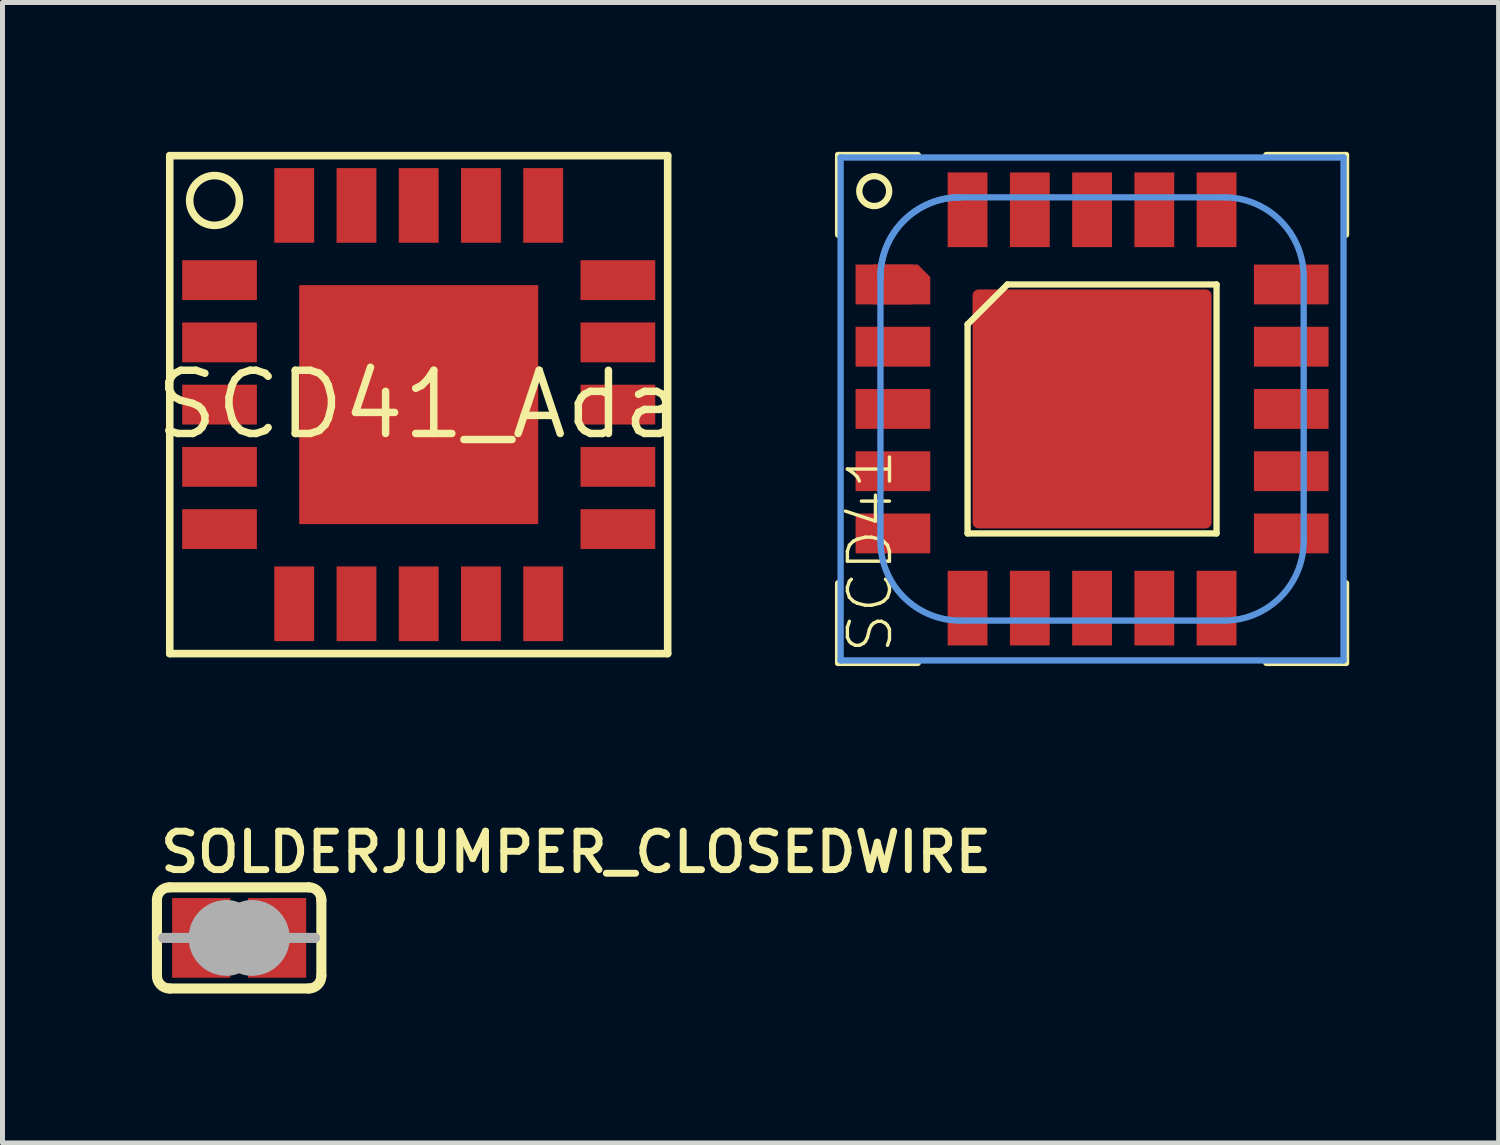
<source format=kicad_pcb>
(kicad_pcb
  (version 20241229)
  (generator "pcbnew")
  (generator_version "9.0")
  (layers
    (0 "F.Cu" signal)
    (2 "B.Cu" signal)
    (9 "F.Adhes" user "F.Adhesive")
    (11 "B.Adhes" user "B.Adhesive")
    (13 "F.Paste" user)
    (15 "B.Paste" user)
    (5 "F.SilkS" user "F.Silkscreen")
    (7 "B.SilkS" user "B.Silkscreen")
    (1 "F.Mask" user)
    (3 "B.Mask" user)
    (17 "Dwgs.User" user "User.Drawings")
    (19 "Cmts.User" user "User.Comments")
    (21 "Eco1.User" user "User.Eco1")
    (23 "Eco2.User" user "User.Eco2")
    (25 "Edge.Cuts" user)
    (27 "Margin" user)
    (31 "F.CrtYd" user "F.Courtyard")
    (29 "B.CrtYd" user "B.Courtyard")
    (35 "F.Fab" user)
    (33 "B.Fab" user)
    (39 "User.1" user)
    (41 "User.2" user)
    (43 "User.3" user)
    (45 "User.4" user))
  (footprint "SOLDERJUMPER_CLOSEDWIRE"
    (layer "F.Cu")
    (at 1.753 15.786)
    (property "Reference" "SOLDERJUMPER_CLOSEDWIRE" (at -1.651 -1.27 0) (layer "F.SilkS") (effects (font (size 0.772 0.772) (thickness 0.139)) (justify left bottom)))
    (attr through_hole)
    (fp_poly (pts (xy -1.27 -0.762) (xy 1.27 -0.762) (xy 1.27 0.762) (xy -1.27 0.762)) (stroke (width 0) (type solid)) (fill yes) (layer "F.Mask"))
    (fp_line (start -1.651 0.762) (end -1.651 -0.762) (stroke (width 0.203) (type solid)) (layer "F.SilkS"))
    (fp_line (start -1.397 -1.016) (end 1.397 -1.016) (stroke (width 0.203) (type solid)) (layer "F.SilkS"))
    (fp_line (start 1.397 1.016) (end -1.397 1.016) (stroke (width 0.203) (type solid)) (layer "F.SilkS"))
    (fp_line (start 1.651 0.762) (end 1.651 -0.762) (stroke (width 0.203) (type solid)) (layer "F.SilkS"))
    (fp_arc (start -1.651 -0.762) (mid -1.576605 -0.941605) (end -1.397 -1.016) (stroke (width 0.2032) (type solid)) (layer "F.SilkS"))
    (fp_arc (start -1.397 1.016) (mid -1.576605 0.941605) (end -1.651 0.762) (stroke (width 0.2032) (type solid)) (layer "F.SilkS"))
    (fp_arc (start 1.397 -1.016) (mid 1.576605 -0.941605) (end 1.651 -0.762) (stroke (width 0.2032) (type solid)) (layer "F.SilkS"))
    (fp_arc (start 1.651 0.762) (mid 1.576605 0.941605) (end 1.397 1.016) (stroke (width 0.2032) (type solid)) (layer "F.SilkS"))
    (fp_line (start -1.016 0) (end -1.524 0) (stroke (width 0.203) (type solid)) (layer "F.Fab"))
    (fp_line (start 1.016 0) (end 1.524 0) (stroke (width 0.203) (type solid)) (layer "F.Fab"))
    (fp_arc (start -0.254 0.127) (mid -0.381 0) (end -0.254 -0.127) (stroke (width 1.27) (type solid)) (layer "F.Fab"))
    (fp_arc (start 0.254 -0.127) (mid 0.381 0) (end 0.254 0.127) (stroke (width 1.27) (type solid)) (layer "F.Fab"))
    (pad "1" smd rect (at -0.762 0) (size 1.168 1.6) (layers "F.Cu" "F.Mask"))
    (pad "2" smd rect (at 0.762 0) (size 1.168 1.6) (layers "F.Cu" "F.Mask"))
    (pad "WIRE" smd rect (at 0 0 180) (size 0.635 0.203) (layers "F.Cu" "F.Mask")))
  (footprint "SCD41"
    (layer "F.Cu")
    (at 18.882 5.163)
    (property "Reference" "SCD41" (at -3.962 4.953 270) (layer "F.SilkS") (effects (font (size 0.845 0.845) (thickness 0.068)) (justify left bottom)))
    (attr through_hole)
    (fp_poly (pts (xy -4.75 -2.1) (xy -3.25 -2.1) (xy -3.25 -2.65) (xy -3.5 -2.9) (xy -4.75 -2.9)) (stroke (width 0) (type solid)) (fill yes) (layer "F.Cu"))
    (fp_poly (pts (xy -3.45 -3) (xy -3.15 -2.7) (xy -3.15 -2) (xy -4.85 -2) (xy -4.85 -3)) (stroke (width 0) (type solid)) (fill yes) (layer "F.Mask"))
    (fp_line (start -5.1 -5.1) (end -5.1 -3.5) (stroke (width 0.127) (type solid)) (layer "F.SilkS"))
    (fp_line (start -5.1 -5.1) (end -3.5 -5.1) (stroke (width 0.127) (type solid)) (layer "F.SilkS"))
    (fp_line (start -5.1 5.1) (end -5.1 3.5) (stroke (width 0.127) (type solid)) (layer "F.SilkS"))
    (fp_line (start -5.1 5.1) (end -3.5 5.1) (stroke (width 0.127) (type solid)) (layer "F.SilkS"))
    (fp_line (start -2.5 -1.7) (end -1.7 -2.5) (stroke (width 0.127) (type solid)) (layer "F.SilkS"))
    (fp_line (start -2.5 2.5) (end -2.5 -1.7) (stroke (width 0.127) (type solid)) (layer "F.SilkS"))
    (fp_line (start 2.5 -2.5) (end -1.7 -2.5) (stroke (width 0.127) (type solid)) (layer "F.SilkS"))
    (fp_line (start 2.5 -2.5) (end 2.5 2.5) (stroke (width 0.127) (type solid)) (layer "F.SilkS"))
    (fp_line (start 2.5 2.5) (end -2.5 2.5) (stroke (width 0.127) (type solid)) (layer "F.SilkS"))
    (fp_line (start 5.1 -5.1) (end 3.5 -5.1) (stroke (width 0.127) (type solid)) (layer "F.SilkS"))
    (fp_line (start 5.1 -5.1) (end 5.1 -3.5) (stroke (width 0.127) (type solid)) (layer "F.SilkS"))
    (fp_line (start 5.1 5.1) (end 3.5 5.1) (stroke (width 0.127) (type solid)) (layer "F.SilkS"))
    (fp_line (start 5.1 5.1) (end 5.1 3.5) (stroke (width 0.127) (type solid)) (layer "F.SilkS"))
    (fp_circle (center -4.375 -4.375) (end -4.075 -4.375) (stroke (width 0.127) (type solid)) (fill no) (layer "F.SilkS"))
    (fp_poly (pts (xy -4.75 -2.9) (xy -4.75 -2.1) (xy -3.25 -2.1) (xy -3.25 -2.65) (xy -3.5 -2.9)) (stroke (width 0) (type solid)) (fill yes) (layer "F.Paste"))
    (fp_line (start -5.05 5.05) (end -5.05 -5.05) (stroke (width 0.127) (type solid)) (layer "Cmts.User"))
    (fp_line (start -5.05 5.05) (end 5.05 5.05) (stroke (width 0.127) (type solid)) (layer "Cmts.User"))
    (fp_line (start -4.25 2.65) (end -4.25 -2.65) (stroke (width 0.127) (type solid)) (layer "Cmts.User"))
    (fp_line (start 2.65 -4.25) (end -2.65 -4.25) (stroke (width 0.127) (type solid)) (layer "Cmts.User"))
    (fp_line (start 2.65 4.25) (end -2.65 4.25) (stroke (width 0.127) (type solid)) (layer "Cmts.User"))
    (fp_line (start 4.25 2.65) (end 4.25 -2.65) (stroke (width 0.127) (type solid)) (layer "Cmts.User"))
    (fp_line (start 5.05 -5.05) (end -5.05 -5.05) (stroke (width 0.127) (type solid)) (layer "Cmts.User"))
    (fp_line (start 5.05 5.05) (end 5.05 -5.05) (stroke (width 0.127) (type solid)) (layer "Cmts.User"))
    (fp_arc (start -4.25 -2.65) (mid -3.781371 -3.781371) (end -2.65 -4.25) (stroke (width 0.127) (type solid)) (layer "Cmts.User"))
    (fp_arc (start -4.25 -2.65) (mid -3.781371 -3.781371) (end -2.65 -4.25) (stroke (width 0.127) (type solid)) (layer "Cmts.User"))
    (fp_arc (start -2.65 4.25) (mid -3.781371 3.781371) (end -4.25 2.65) (stroke (width 0.127) (type solid)) (layer "Cmts.User"))
    (fp_arc (start 2.65 -4.25) (mid 3.781371 -3.781371) (end 4.25 -2.65) (stroke (width 0.127) (type solid)) (layer "Cmts.User"))
    (fp_arc (start 4.25 2.65) (mid 3.781371 3.781371) (end 2.65 4.25) (stroke (width 0.127) (type solid)) (layer "Cmts.User"))
    (pad "1" smd rect (at -4 -2.5 90) (size 0.8 0.8) (layers "F.Cu" "F.Mask" "F.Paste"))
    (pad "2" smd rect (at -4 -1.25 90) (size 0.8 1.5) (layers "F.Cu" "F.Mask" "F.Paste"))
    (pad "3" smd rect (at -4 0 90) (size 0.8 1.5) (layers "F.Cu" "F.Mask" "F.Paste"))
    (pad "4" smd rect (at -4 1.25 90) (size 0.8 1.5) (layers "F.Cu" "F.Mask" "F.Paste"))
    (pad "5" smd rect (at -4 2.5 90) (size 0.8 1.5) (layers "F.Cu" "F.Mask" "F.Paste"))
    (pad "6" smd rect (at -2.5 4 180) (size 0.8 1.5) (layers "F.Cu" "F.Mask" "F.Paste"))
    (pad "7" smd rect (at -1.25 4 180) (size 0.8 1.5) (layers "F.Cu" "F.Mask" "F.Paste"))
    (pad "8" smd rect (at 0 4 180) (size 0.8 1.5) (layers "F.Cu" "F.Mask" "F.Paste"))
    (pad "9" smd rect (at 1.25 4 180) (size 0.8 1.5) (layers "F.Cu" "F.Mask" "F.Paste"))
    (pad "10" smd rect (at 2.5 4 180) (size 0.8 1.5) (layers "F.Cu" "F.Mask" "F.Paste"))
    (pad "11" smd rect (at 4 2.5 270) (size 0.8 1.5) (layers "F.Cu" "F.Mask" "F.Paste"))
    (pad "12" smd rect (at 4 1.25 270) (size 0.8 1.5) (layers "F.Cu" "F.Mask" "F.Paste"))
    (pad "13" smd rect (at 4 0 270) (size 0.8 1.5) (layers "F.Cu" "F.Mask" "F.Paste"))
    (pad "14" smd rect (at 4 -1.25 270) (size 0.8 1.5) (layers "F.Cu" "F.Mask" "F.Paste"))
    (pad "15" smd rect (at 4 -2.5 270) (size 0.8 1.5) (layers "F.Cu" "F.Mask" "F.Paste"))
    (pad "16" smd rect (at 2.5 -4) (size 0.8 1.5) (layers "F.Cu" "F.Mask" "F.Paste"))
    (pad "17" smd rect (at 1.25 -4) (size 0.8 1.5) (layers "F.Cu" "F.Mask" "F.Paste"))
    (pad "18" smd rect (at 0 -4) (size 0.8 1.5) (layers "F.Cu" "F.Mask" "F.Paste"))
    (pad "19" smd rect (at -1.25 -4) (size 0.8 1.5) (layers "F.Cu" "F.Mask" "F.Paste"))
    (pad "20" smd rect (at -2.5 -4) (size 0.8 1.5) (layers "F.Cu" "F.Mask" "F.Paste"))
    (pad "21" smd roundrect (at 0 0) (size 4.8 4.8) (layers "F.Cu" "F.Mask" "F.Paste") (roundrect_rratio 0.025)))
  (footprint "SCD41_Ada"
    (layer "F.Cu")
    (at 5.359 5.076)
    (property "Reference" "SCD41_Ada" (at 0 0 0) (layer "F.SilkS") (effects (font (size 1.27 1.27) (thickness 0.15))))
    (attr through_hole)
    (fp_line (start -5 -5) (end 5 -5) (stroke (width 0.152) (type solid)) (layer "F.SilkS"))
    (fp_line (start -5 5) (end -5 -5) (stroke (width 0.152) (type solid)) (layer "F.SilkS"))
    (fp_line (start 5 -5) (end 5 5) (stroke (width 0.152) (type solid)) (layer "F.SilkS"))
    (fp_line (start 5 5) (end -5 5) (stroke (width 0.152) (type solid)) (layer "F.SilkS"))
    (fp_circle (center -4.1 -4.1) (end -3.6 -4.1) (stroke (width 0.152) (type solid)) (fill no) (layer "F.SilkS"))
    (fp_poly (pts (xy -4.625 -2.2) (xy -3.375 -2.2) (xy -3.375 -2.8) (xy -4.625 -2.8)) (stroke (width 0) (type solid)) (fill yes) (layer "F.Paste"))
    (fp_poly (pts (xy -4.625 -0.95) (xy -3.375 -0.95) (xy -3.375 -1.55) (xy -4.625 -1.55)) (stroke (width 0) (type solid)) (fill yes) (layer "F.Paste"))
    (fp_poly (pts (xy -4.625 0.3) (xy -3.375 0.3) (xy -3.375 -0.3) (xy -4.625 -0.3)) (stroke (width 0) (type solid)) (fill yes) (layer "F.Paste"))
    (fp_poly (pts (xy -4.625 1.55) (xy -3.375 1.55) (xy -3.375 0.95) (xy -4.625 0.95)) (stroke (width 0) (type solid)) (fill yes) (layer "F.Paste"))
    (fp_poly (pts (xy -4.625 2.8) (xy -3.375 2.8) (xy -3.375 2.2) (xy -4.625 2.2)) (stroke (width 0) (type solid)) (fill yes) (layer "F.Paste"))
    (fp_poly (pts (xy -2.8 -4.625) (xy -2.8 -3.375) (xy -2.2 -3.375) (xy -2.2 -4.625)) (stroke (width 0) (type solid)) (fill yes) (layer "F.Paste"))
    (fp_poly (pts (xy -2.2 4.625) (xy -2.2 3.375) (xy -2.8 3.375) (xy -2.8 4.625)) (stroke (width 0) (type solid)) (fill yes) (layer "F.Paste"))
    (fp_poly (pts (xy -1.55 -4.625) (xy -1.55 -3.375) (xy -0.95 -3.375) (xy -0.95 -4.625)) (stroke (width 0) (type solid)) (fill yes) (layer "F.Paste"))
    (fp_poly (pts (xy -0.95 4.625) (xy -0.95 3.375) (xy -1.55 3.375) (xy -1.55 4.625)) (stroke (width 0) (type solid)) (fill yes) (layer "F.Paste"))
    (fp_poly (pts (xy -0.3 -4.625) (xy -0.3 -3.375) (xy 0.3 -3.375) (xy 0.3 -4.625)) (stroke (width 0) (type solid)) (fill yes) (layer "F.Paste"))
    (fp_poly (pts (xy 0.3 4.625) (xy 0.3 3.375) (xy -0.3 3.375) (xy -0.3 4.625)) (stroke (width 0) (type solid)) (fill yes) (layer "F.Paste"))
    (fp_poly (pts (xy 0.95 -4.625) (xy 0.95 -3.375) (xy 1.55 -3.375) (xy 1.55 -4.625)) (stroke (width 0) (type solid)) (fill yes) (layer "F.Paste"))
    (fp_poly (pts (xy 1.55 4.625) (xy 1.55 3.375) (xy 0.95 3.375) (xy 0.95 4.625)) (stroke (width 0) (type solid)) (fill yes) (layer "F.Paste"))
    (fp_poly (pts (xy 2.2 -4.625) (xy 2.2 -3.375) (xy 2.8 -3.375) (xy 2.8 -4.625)) (stroke (width 0) (type solid)) (fill yes) (layer "F.Paste"))
    (fp_poly (pts (xy 2.8 4.625) (xy 2.8 3.375) (xy 2.2 3.375) (xy 2.2 4.625)) (stroke (width 0) (type solid)) (fill yes) (layer "F.Paste"))
    (fp_poly (pts (xy 4.625 -2.8) (xy 3.375 -2.8) (xy 3.375 -2.2) (xy 4.625 -2.2)) (stroke (width 0) (type solid)) (fill yes) (layer "F.Paste"))
    (fp_poly (pts (xy 4.625 -1.55) (xy 3.375 -1.55) (xy 3.375 -0.95) (xy 4.625 -0.95)) (stroke (width 0) (type solid)) (fill yes) (layer "F.Paste"))
    (fp_poly (pts (xy 4.625 -0.3) (xy 3.375 -0.3) (xy 3.375 0.3) (xy 4.625 0.3)) (stroke (width 0) (type solid)) (fill yes) (layer "F.Paste"))
    (fp_poly (pts (xy 4.625 0.95) (xy 3.375 0.95) (xy 3.375 1.55) (xy 4.625 1.55)) (stroke (width 0) (type solid)) (fill yes) (layer "F.Paste"))
    (fp_poly (pts (xy 4.625 2.2) (xy 3.375 2.2) (xy 3.375 2.8) (xy 4.625 2.8)) (stroke (width 0) (type solid)) (fill yes) (layer "F.Paste"))
    (fp_poly (pts (xy -2 -0.2) (xy -0.2 -0.2) (xy -0.2 -2) (xy -2 -2)) (stroke (width 0) (type solid)) (fill yes) (layer "B.Paste"))
    (fp_poly (pts (xy -2 2.1) (xy -0.2 2.1) (xy -0.2 0.3) (xy -2 0.3)) (stroke (width 0) (type solid)) (fill yes) (layer "B.Paste"))
    (fp_poly (pts (xy 0.2 -0.2) (xy 2 -0.2) (xy 2 -2) (xy 0.2 -2)) (stroke (width 0) (type solid)) (fill yes) (layer "B.Paste"))
    (fp_poly (pts (xy 0.2 2.1) (xy 2 2.1) (xy 2 0.3) (xy 0.2 0.3)) (stroke (width 0) (type solid)) (fill yes) (layer "B.Paste"))
    (pad "1" smd rect (at -4 -2.5 270) (size 0.8 1.5) (layers "F.Cu" "F.Mask"))
    (pad "2" smd rect (at -4 -1.25 270) (size 0.8 1.5) (layers "F.Cu" "F.Mask"))
    (pad "3" smd rect (at -4 0 270) (size 0.8 1.5) (layers "F.Cu" "F.Mask"))
    (pad "4" smd rect (at -4 1.25 270) (size 0.8 1.5) (layers "F.Cu" "F.Mask"))
    (pad "5" smd rect (at -4 2.5 270) (size 0.8 1.5) (layers "F.Cu" "F.Mask"))
    (pad "6" smd rect (at -2.5 4) (size 0.8 1.5) (layers "F.Cu" "F.Mask"))
    (pad "7" smd rect (at -1.25 4) (size 0.8 1.5) (layers "F.Cu" "F.Mask"))
    (pad "8" smd rect (at 0 4) (size 0.8 1.5) (layers "F.Cu" "F.Mask"))
    (pad "9" smd rect (at 1.25 4) (size 0.8 1.5) (layers "F.Cu" "F.Mask"))
    (pad "10" smd rect (at 2.5 4) (size 0.8 1.5) (layers "F.Cu" "F.Mask"))
    (pad "11" smd rect (at 4 2.5 90) (size 0.8 1.5) (layers "F.Cu" "F.Mask"))
    (pad "12" smd rect (at 4 1.25 90) (size 0.8 1.5) (layers "F.Cu" "F.Mask"))
    (pad "13" smd rect (at 4 0 90) (size 0.8 1.5) (layers "F.Cu" "F.Mask"))
    (pad "14" smd rect (at 4 -1.25 90) (size 0.8 1.5) (layers "F.Cu" "F.Mask"))
    (pad "15" smd rect (at 4 -2.5 90) (size 0.8 1.5) (layers "F.Cu" "F.Mask"))
    (pad "16" smd rect (at 2.5 -4 180) (size 0.8 1.5) (layers "F.Cu" "F.Mask"))
    (pad "17" smd rect (at 1.25 -4 180) (size 0.8 1.5) (layers "F.Cu" "F.Mask"))
    (pad "18" smd rect (at 0 -4 180) (size 0.8 1.5) (layers "F.Cu" "F.Mask"))
    (pad "19" smd rect (at -1.25 -4 180) (size 0.8 1.5) (layers "F.Cu" "F.Mask"))
    (pad "20" smd rect (at -2.5 -4 180) (size 0.8 1.5) (layers "F.Cu" "F.Mask"))
    (pad "P$1" smd rect (at 0 0) (size 4.8 4.8) (layers "F.Cu" "F.Mask")))
  (gr_rect
    (start -3 -3)
    (end 27.046 19.904)
    (stroke (width 0.1) (type default))
    (fill no)
    (layer "Edge.Cuts")))
</source>
